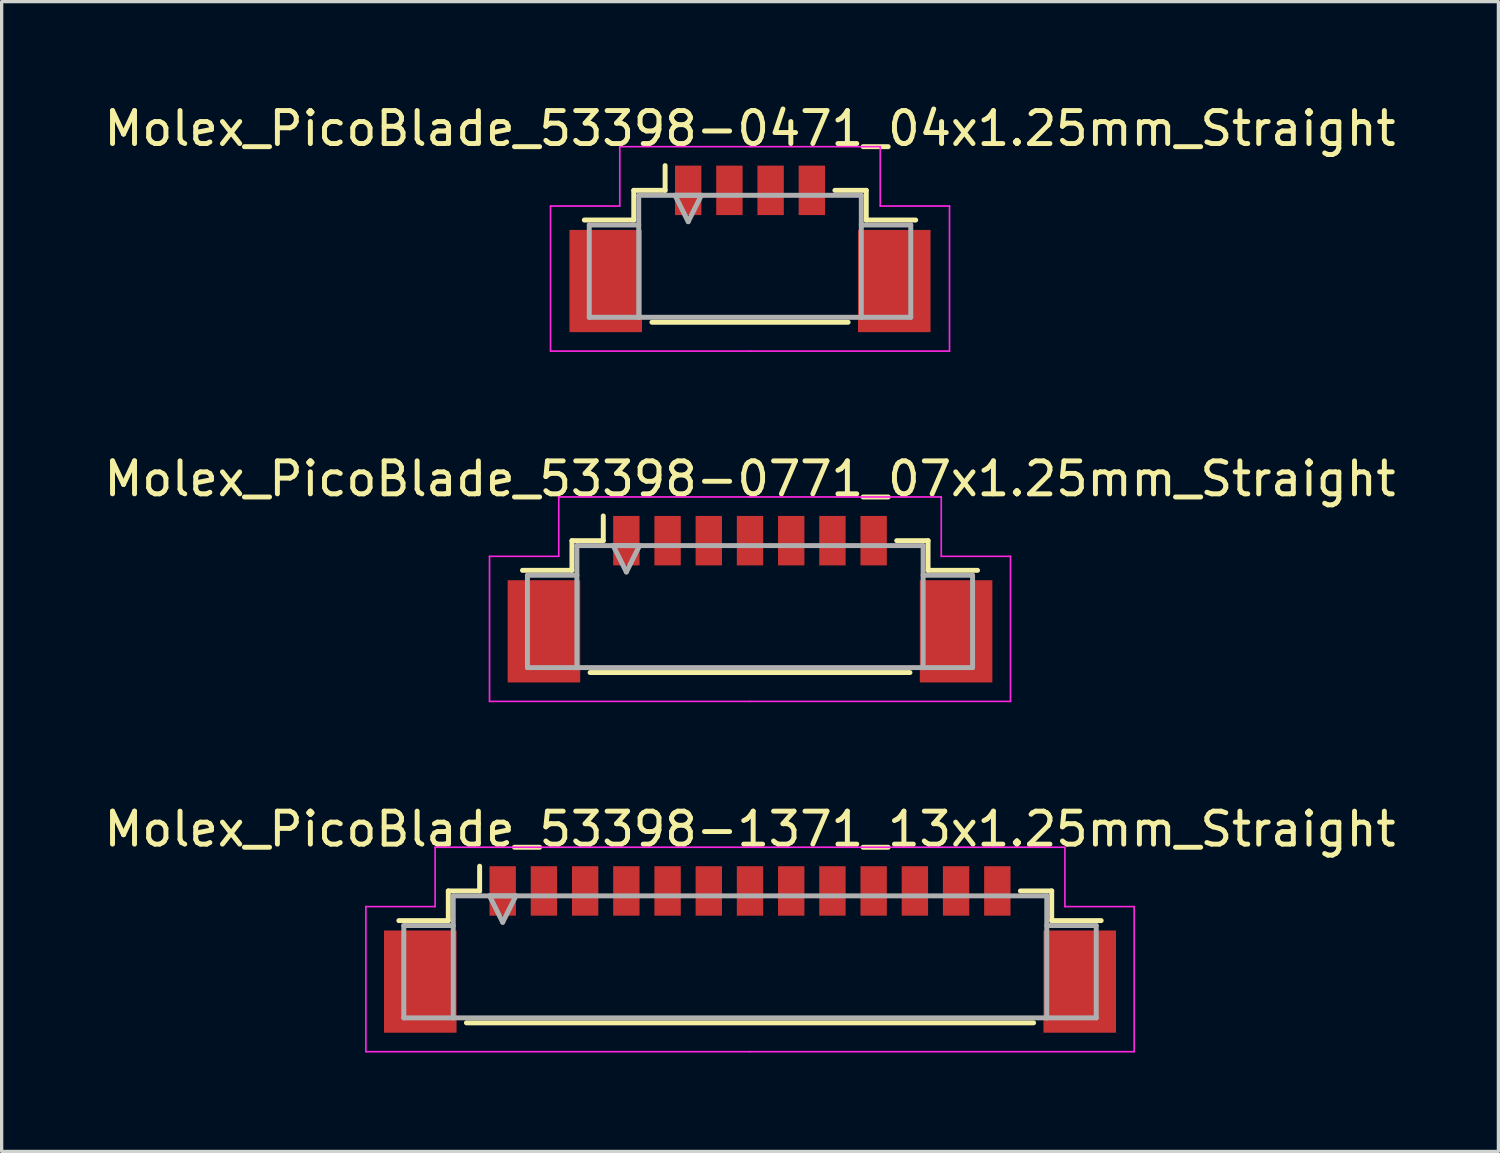
<source format=kicad_pcb>
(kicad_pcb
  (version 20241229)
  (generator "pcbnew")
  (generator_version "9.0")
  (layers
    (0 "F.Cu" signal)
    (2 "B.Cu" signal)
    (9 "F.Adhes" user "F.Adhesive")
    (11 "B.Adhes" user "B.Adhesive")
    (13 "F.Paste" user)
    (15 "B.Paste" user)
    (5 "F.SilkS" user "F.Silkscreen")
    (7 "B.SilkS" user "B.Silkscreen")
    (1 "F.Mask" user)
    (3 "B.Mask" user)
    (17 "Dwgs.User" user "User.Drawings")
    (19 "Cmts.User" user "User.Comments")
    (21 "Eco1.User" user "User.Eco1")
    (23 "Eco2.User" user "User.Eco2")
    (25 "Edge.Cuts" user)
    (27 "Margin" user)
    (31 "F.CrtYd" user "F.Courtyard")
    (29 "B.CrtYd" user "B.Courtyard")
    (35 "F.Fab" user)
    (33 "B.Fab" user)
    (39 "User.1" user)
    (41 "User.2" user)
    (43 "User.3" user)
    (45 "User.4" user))
  (footprint "Molex_PicoBlade_53398-0471_04x1.25mm_Straight"
    (layer "F.Cu")
    (at 19.696 4.098)
    (property "Reference" "Molex_PicoBlade_53398-0471_04x1.25mm_Straight" (at 0 -3.25 0) (layer "F.SilkS") (effects (font (size 1 1) (thickness 0.15))))
    (attr smd)
    (fp_line (start -3.525 -1.375) (end -3.525 -0.475) (stroke (width 0.15) (type solid)) (layer "F.SilkS"))
    (fp_line (start -3.525 -0.475) (end -5.025 -0.475) (stroke (width 0.15) (type solid)) (layer "F.SilkS"))
    (fp_line (start -2.975 2.625) (end 2.975 2.625) (stroke (width 0.15) (type solid)) (layer "F.SilkS"))
    (fp_line (start -2.575 -1.375) (end -3.525 -1.375) (stroke (width 0.15) (type solid)) (layer "F.SilkS"))
    (fp_line (start -2.575 -1.375) (end -2.575 -2.125) (stroke (width 0.15) (type solid)) (layer "F.SilkS"))
    (fp_line (start 2.575 -1.375) (end 3.525 -1.375) (stroke (width 0.15) (type solid)) (layer "F.SilkS"))
    (fp_line (start 3.525 -1.375) (end 3.525 -0.475) (stroke (width 0.15) (type solid)) (layer "F.SilkS"))
    (fp_line (start 3.525 -0.475) (end 5.025 -0.475) (stroke (width 0.15) (type solid)) (layer "F.SilkS"))
    (fp_line (start -6.05 -0.9) (end -6.05 3.5) (stroke (width 0.05) (type solid)) (layer "F.CrtYd"))
    (fp_line (start -6.05 3.5) (end 0 3.5) (stroke (width 0.05) (type solid)) (layer "F.CrtYd"))
    (fp_line (start -3.95 -2.7) (end -3.95 -0.9) (stroke (width 0.05) (type solid)) (layer "F.CrtYd"))
    (fp_line (start -3.95 -0.9) (end -6.05 -0.9) (stroke (width 0.05) (type solid)) (layer "F.CrtYd"))
    (fp_line (start 0 -2.7) (end -3.95 -2.7) (stroke (width 0.05) (type solid)) (layer "F.CrtYd"))
    (fp_line (start 0 -2.7) (end 3.95 -2.7) (stroke (width 0.05) (type solid)) (layer "F.CrtYd"))
    (fp_line (start 3.95 -2.7) (end 3.95 -0.9) (stroke (width 0.05) (type solid)) (layer "F.CrtYd"))
    (fp_line (start 3.95 -0.9) (end 6.05 -0.9) (stroke (width 0.05) (type solid)) (layer "F.CrtYd"))
    (fp_line (start 6.05 -0.9) (end 6.05 3.5) (stroke (width 0.05) (type solid)) (layer "F.CrtYd"))
    (fp_line (start 6.05 3.5) (end 0 3.5) (stroke (width 0.05) (type solid)) (layer "F.CrtYd"))
    (fp_line (start -4.875 -0.325) (end -3.375 -0.325) (stroke (width 0.15) (type solid)) (layer "F.Fab"))
    (fp_line (start -4.875 2.475) (end -4.875 -0.325) (stroke (width 0.15) (type solid)) (layer "F.Fab"))
    (fp_line (start -3.375 -1.225) (end -3.375 2.475) (stroke (width 0.15) (type solid)) (layer "F.Fab"))
    (fp_line (start -3.375 2.475) (end -4.875 2.475) (stroke (width 0.15) (type solid)) (layer "F.Fab"))
    (fp_line (start -3.375 2.475) (end 3.375 2.475) (stroke (width 0.15) (type solid)) (layer "F.Fab"))
    (fp_line (start -2.275 -1.225) (end -1.875 -0.425) (stroke (width 0.15) (type solid)) (layer "F.Fab"))
    (fp_line (start -1.875 -0.425) (end -1.475 -1.225) (stroke (width 0.15) (type solid)) (layer "F.Fab"))
    (fp_line (start -1.475 -1.225) (end -2.275 -1.225) (stroke (width 0.15) (type solid)) (layer "F.Fab"))
    (fp_line (start 3.375 -1.225) (end -3.375 -1.225) (stroke (width 0.15) (type solid)) (layer "F.Fab"))
    (fp_line (start 3.375 2.475) (end 3.375 -1.225) (stroke (width 0.15) (type solid)) (layer "F.Fab"))
    (fp_line (start 3.375 2.475) (end 4.875 2.475) (stroke (width 0.15) (type solid)) (layer "F.Fab"))
    (fp_line (start 4.875 -0.325) (end 3.375 -0.325) (stroke (width 0.15) (type solid)) (layer "F.Fab"))
    (fp_line (start 4.875 2.475) (end 4.875 -0.325) (stroke (width 0.15) (type solid)) (layer "F.Fab"))
    (pad "" smd rect (at -4.375 1.375) (size 2.2 3.1) (layers "F.Cu" "F.Mask" "F.Paste"))
    (pad "" smd rect (at 4.375 1.375) (size 2.2 3.1) (layers "F.Cu" "F.Mask" "F.Paste"))
    (pad "1" smd rect (at -1.875 -1.375) (size 0.8 1.5) (layers "F.Cu" "F.Mask" "F.Paste"))
    (pad "2" smd rect (at -0.625 -1.375) (size 0.8 1.5) (layers "F.Cu" "F.Mask" "F.Paste"))
    (pad "3" smd rect (at 0.625 -1.375) (size 0.8 1.5) (layers "F.Cu" "F.Mask" "F.Paste"))
    (pad "4" smd rect (at 1.875 -1.375) (size 0.8 1.5) (layers "F.Cu" "F.Mask" "F.Paste")))
  (footprint "Molex_PicoBlade_53398-1371_13x1.25mm_Straight"
    (layer "F.Cu")
    (at 19.696 25.345)
    (property "Reference" "Molex_PicoBlade_53398-1371_13x1.25mm_Straight" (at 0 -3.25 0) (layer "F.SilkS") (effects (font (size 1 1) (thickness 0.15))))
    (attr smd)
    (fp_line (start -9.15 -1.375) (end -9.15 -0.475) (stroke (width 0.15) (type solid)) (layer "F.SilkS"))
    (fp_line (start -9.15 -0.475) (end -10.65 -0.475) (stroke (width 0.15) (type solid)) (layer "F.SilkS"))
    (fp_line (start -8.6 2.625) (end 8.6 2.625) (stroke (width 0.15) (type solid)) (layer "F.SilkS"))
    (fp_line (start -8.2 -1.375) (end -9.15 -1.375) (stroke (width 0.15) (type solid)) (layer "F.SilkS"))
    (fp_line (start -8.2 -1.375) (end -8.2 -2.125) (stroke (width 0.15) (type solid)) (layer "F.SilkS"))
    (fp_line (start 8.2 -1.375) (end 9.15 -1.375) (stroke (width 0.15) (type solid)) (layer "F.SilkS"))
    (fp_line (start 9.15 -1.375) (end 9.15 -0.475) (stroke (width 0.15) (type solid)) (layer "F.SilkS"))
    (fp_line (start 9.15 -0.475) (end 10.65 -0.475) (stroke (width 0.15) (type solid)) (layer "F.SilkS"))
    (fp_line (start -11.65 -0.9) (end -11.65 3.5) (stroke (width 0.05) (type solid)) (layer "F.CrtYd"))
    (fp_line (start -11.65 3.5) (end 0 3.5) (stroke (width 0.05) (type solid)) (layer "F.CrtYd"))
    (fp_line (start -9.55 -2.7) (end -9.55 -0.9) (stroke (width 0.05) (type solid)) (layer "F.CrtYd"))
    (fp_line (start -9.55 -0.9) (end -11.65 -0.9) (stroke (width 0.05) (type solid)) (layer "F.CrtYd"))
    (fp_line (start 0 -2.7) (end -9.55 -2.7) (stroke (width 0.05) (type solid)) (layer "F.CrtYd"))
    (fp_line (start 0 -2.7) (end 9.55 -2.7) (stroke (width 0.05) (type solid)) (layer "F.CrtYd"))
    (fp_line (start 9.55 -2.7) (end 9.55 -0.9) (stroke (width 0.05) (type solid)) (layer "F.CrtYd"))
    (fp_line (start 9.55 -0.9) (end 11.65 -0.9) (stroke (width 0.05) (type solid)) (layer "F.CrtYd"))
    (fp_line (start 11.65 -0.9) (end 11.65 3.5) (stroke (width 0.05) (type solid)) (layer "F.CrtYd"))
    (fp_line (start 11.65 3.5) (end 0 3.5) (stroke (width 0.05) (type solid)) (layer "F.CrtYd"))
    (fp_line (start -10.5 -0.325) (end -9 -0.325) (stroke (width 0.15) (type solid)) (layer "F.Fab"))
    (fp_line (start -10.5 2.475) (end -10.5 -0.325) (stroke (width 0.15) (type solid)) (layer "F.Fab"))
    (fp_line (start -9 -1.225) (end -9 2.475) (stroke (width 0.15) (type solid)) (layer "F.Fab"))
    (fp_line (start -9 2.475) (end -10.5 2.475) (stroke (width 0.15) (type solid)) (layer "F.Fab"))
    (fp_line (start -9 2.475) (end 9 2.475) (stroke (width 0.15) (type solid)) (layer "F.Fab"))
    (fp_line (start -7.9 -1.225) (end -7.5 -0.425) (stroke (width 0.15) (type solid)) (layer "F.Fab"))
    (fp_line (start -7.5 -0.425) (end -7.1 -1.225) (stroke (width 0.15) (type solid)) (layer "F.Fab"))
    (fp_line (start -7.1 -1.225) (end -7.9 -1.225) (stroke (width 0.15) (type solid)) (layer "F.Fab"))
    (fp_line (start 9 -1.225) (end -9 -1.225) (stroke (width 0.15) (type solid)) (layer "F.Fab"))
    (fp_line (start 9 2.475) (end 9 -1.225) (stroke (width 0.15) (type solid)) (layer "F.Fab"))
    (fp_line (start 9 2.475) (end 10.5 2.475) (stroke (width 0.15) (type solid)) (layer "F.Fab"))
    (fp_line (start 10.5 -0.325) (end 9 -0.325) (stroke (width 0.15) (type solid)) (layer "F.Fab"))
    (fp_line (start 10.5 2.475) (end 10.5 -0.325) (stroke (width 0.15) (type solid)) (layer "F.Fab"))
    (pad "" smd rect (at -10 1.375) (size 2.2 3.1) (layers "F.Cu" "F.Mask" "F.Paste"))
    (pad "" smd rect (at 10 1.375) (size 2.2 3.1) (layers "F.Cu" "F.Mask" "F.Paste"))
    (pad "1" smd rect (at -7.5 -1.375) (size 0.8 1.5) (layers "F.Cu" "F.Mask" "F.Paste"))
    (pad "2" smd rect (at -6.25 -1.375) (size 0.8 1.5) (layers "F.Cu" "F.Mask" "F.Paste"))
    (pad "3" smd rect (at -5 -1.375) (size 0.8 1.5) (layers "F.Cu" "F.Mask" "F.Paste"))
    (pad "4" smd rect (at -3.75 -1.375) (size 0.8 1.5) (layers "F.Cu" "F.Mask" "F.Paste"))
    (pad "5" smd rect (at -2.5 -1.375) (size 0.8 1.5) (layers "F.Cu" "F.Mask" "F.Paste"))
    (pad "6" smd rect (at -1.25 -1.375) (size 0.8 1.5) (layers "F.Cu" "F.Mask" "F.Paste"))
    (pad "7" smd rect (at 0 -1.375) (size 0.8 1.5) (layers "F.Cu" "F.Mask" "F.Paste"))
    (pad "8" smd rect (at 1.25 -1.375) (size 0.8 1.5) (layers "F.Cu" "F.Mask" "F.Paste"))
    (pad "9" smd rect (at 2.5 -1.375) (size 0.8 1.5) (layers "F.Cu" "F.Mask" "F.Paste"))
    (pad "10" smd rect (at 3.75 -1.375) (size 0.8 1.5) (layers "F.Cu" "F.Mask" "F.Paste"))
    (pad "11" smd rect (at 5 -1.375) (size 0.8 1.5) (layers "F.Cu" "F.Mask" "F.Paste"))
    (pad "12" smd rect (at 6.25 -1.375) (size 0.8 1.5) (layers "F.Cu" "F.Mask" "F.Paste"))
    (pad "13" smd rect (at 7.5 -1.375) (size 0.8 1.5) (layers "F.Cu" "F.Mask" "F.Paste")))
  (footprint "Molex_PicoBlade_53398-0771_07x1.25mm_Straight"
    (layer "F.Cu")
    (at 19.696 14.722)
    (property "Reference" "Molex_PicoBlade_53398-0771_07x1.25mm_Straight" (at 0 -3.25 0) (layer "F.SilkS") (effects (font (size 1 1) (thickness 0.15))))
    (attr smd)
    (fp_line (start -5.4 -1.375) (end -5.4 -0.475) (stroke (width 0.15) (type solid)) (layer "F.SilkS"))
    (fp_line (start -5.4 -0.475) (end -6.9 -0.475) (stroke (width 0.15) (type solid)) (layer "F.SilkS"))
    (fp_line (start -4.85 2.625) (end 4.85 2.625) (stroke (width 0.15) (type solid)) (layer "F.SilkS"))
    (fp_line (start -4.45 -1.375) (end -5.4 -1.375) (stroke (width 0.15) (type solid)) (layer "F.SilkS"))
    (fp_line (start -4.45 -1.375) (end -4.45 -2.125) (stroke (width 0.15) (type solid)) (layer "F.SilkS"))
    (fp_line (start 4.45 -1.375) (end 5.4 -1.375) (stroke (width 0.15) (type solid)) (layer "F.SilkS"))
    (fp_line (start 5.4 -1.375) (end 5.4 -0.475) (stroke (width 0.15) (type solid)) (layer "F.SilkS"))
    (fp_line (start 5.4 -0.475) (end 6.9 -0.475) (stroke (width 0.15) (type solid)) (layer "F.SilkS"))
    (fp_line (start -7.9 -0.9) (end -7.9 3.5) (stroke (width 0.05) (type solid)) (layer "F.CrtYd"))
    (fp_line (start -7.9 3.5) (end 0 3.5) (stroke (width 0.05) (type solid)) (layer "F.CrtYd"))
    (fp_line (start -5.8 -2.7) (end -5.8 -0.9) (stroke (width 0.05) (type solid)) (layer "F.CrtYd"))
    (fp_line (start -5.8 -0.9) (end -7.9 -0.9) (stroke (width 0.05) (type solid)) (layer "F.CrtYd"))
    (fp_line (start 0 -2.7) (end -5.8 -2.7) (stroke (width 0.05) (type solid)) (layer "F.CrtYd"))
    (fp_line (start 0 -2.7) (end 5.8 -2.7) (stroke (width 0.05) (type solid)) (layer "F.CrtYd"))
    (fp_line (start 5.8 -2.7) (end 5.8 -0.9) (stroke (width 0.05) (type solid)) (layer "F.CrtYd"))
    (fp_line (start 5.8 -0.9) (end 7.9 -0.9) (stroke (width 0.05) (type solid)) (layer "F.CrtYd"))
    (fp_line (start 7.9 -0.9) (end 7.9 3.5) (stroke (width 0.05) (type solid)) (layer "F.CrtYd"))
    (fp_line (start 7.9 3.5) (end 0 3.5) (stroke (width 0.05) (type solid)) (layer "F.CrtYd"))
    (fp_line (start -6.75 -0.325) (end -5.25 -0.325) (stroke (width 0.15) (type solid)) (layer "F.Fab"))
    (fp_line (start -6.75 2.475) (end -6.75 -0.325) (stroke (width 0.15) (type solid)) (layer "F.Fab"))
    (fp_line (start -5.25 -1.225) (end -5.25 2.475) (stroke (width 0.15) (type solid)) (layer "F.Fab"))
    (fp_line (start -5.25 2.475) (end -6.75 2.475) (stroke (width 0.15) (type solid)) (layer "F.Fab"))
    (fp_line (start -5.25 2.475) (end 5.25 2.475) (stroke (width 0.15) (type solid)) (layer "F.Fab"))
    (fp_line (start -4.15 -1.225) (end -3.75 -0.425) (stroke (width 0.15) (type solid)) (layer "F.Fab"))
    (fp_line (start -3.75 -0.425) (end -3.35 -1.225) (stroke (width 0.15) (type solid)) (layer "F.Fab"))
    (fp_line (start -3.35 -1.225) (end -4.15 -1.225) (stroke (width 0.15) (type solid)) (layer "F.Fab"))
    (fp_line (start 5.25 -1.225) (end -5.25 -1.225) (stroke (width 0.15) (type solid)) (layer "F.Fab"))
    (fp_line (start 5.25 2.475) (end 5.25 -1.225) (stroke (width 0.15) (type solid)) (layer "F.Fab"))
    (fp_line (start 5.25 2.475) (end 6.75 2.475) (stroke (width 0.15) (type solid)) (layer "F.Fab"))
    (fp_line (start 6.75 -0.325) (end 5.25 -0.325) (stroke (width 0.15) (type solid)) (layer "F.Fab"))
    (fp_line (start 6.75 2.475) (end 6.75 -0.325) (stroke (width 0.15) (type solid)) (layer "F.Fab"))
    (pad "" smd rect (at -6.25 1.375) (size 2.2 3.1) (layers "F.Cu" "F.Mask" "F.Paste"))
    (pad "" smd rect (at 6.25 1.375) (size 2.2 3.1) (layers "F.Cu" "F.Mask" "F.Paste"))
    (pad "1" smd rect (at -3.75 -1.375) (size 0.8 1.5) (layers "F.Cu" "F.Mask" "F.Paste"))
    (pad "2" smd rect (at -2.5 -1.375) (size 0.8 1.5) (layers "F.Cu" "F.Mask" "F.Paste"))
    (pad "3" smd rect (at -1.25 -1.375) (size 0.8 1.5) (layers "F.Cu" "F.Mask" "F.Paste"))
    (pad "4" smd rect (at 0 -1.375) (size 0.8 1.5) (layers "F.Cu" "F.Mask" "F.Paste"))
    (pad "5" smd rect (at 1.25 -1.375) (size 0.8 1.5) (layers "F.Cu" "F.Mask" "F.Paste"))
    (pad "6" smd rect (at 2.5 -1.375) (size 0.8 1.5) (layers "F.Cu" "F.Mask" "F.Paste"))
    (pad "7" smd rect (at 3.75 -1.375) (size 0.8 1.5) (layers "F.Cu" "F.Mask" "F.Paste")))
  (gr_rect
    (start -3 -3)
    (end 42.393 31.87)
    (stroke (width 0.1) (type default))
    (fill no)
    (layer "Edge.Cuts")))
</source>
